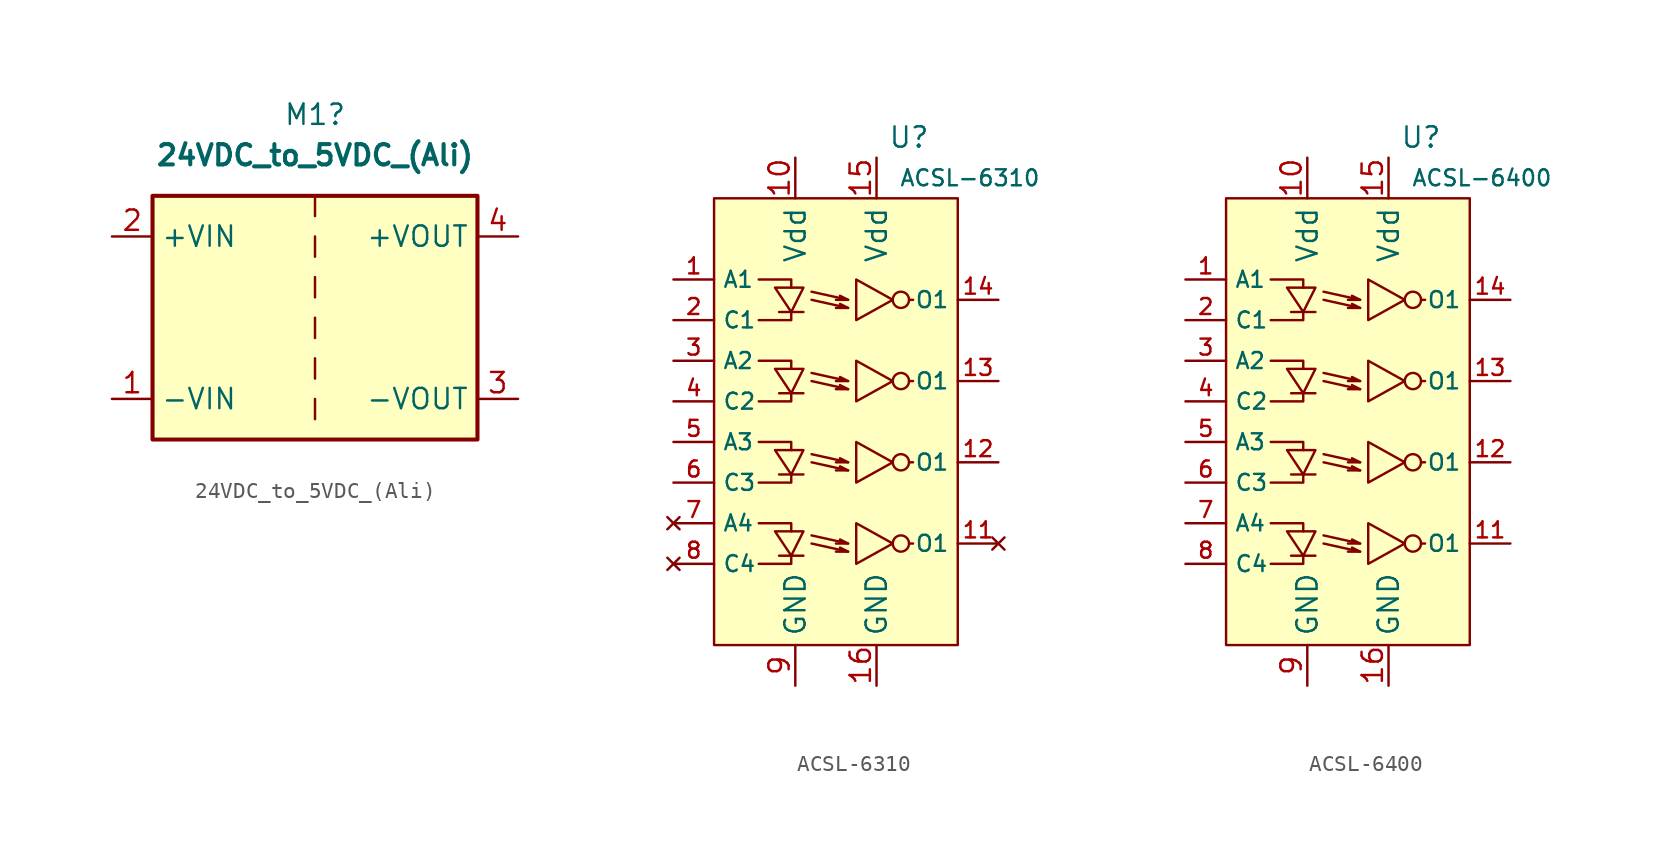
<source format=kicad_sym>
(kicad_symbol_lib
  (version 20211014)
  (generator kicad_symbol_editor)
  (symbol "24VDC_to_5VDC_(Ali)"
    (property "Reference" "M1"
      (at 0 12.7 0)
      (effects (font (size 1.27 1.27))))
    (property "Value" "24VDC_to_5VDC_(Ali)"
      (at 0 10.16 0)
      (effects (font (size 1.27 1.27) bold)))
    (symbol "24VDC_to_5VDC_(Ali)_0_1"
      (rectangle (start -10.16 7.62) (end 10.16 -7.62) (stroke (width 0.254) (type default) (color 0 0 0 0)) (fill (type background)))
      (polyline (pts (xy 0 -5.08) (xy 0 -6.35)) (stroke (width 0) (type default) (color 0 0 0 0)) (fill (type none)))
      (polyline (pts (xy 0 -2.54) (xy 0 -3.81)) (stroke (width 0) (type default) (color 0 0 0 0)) (fill (type none)))
      (polyline (pts (xy 0 0) (xy 0 -1.27)) (stroke (width 0) (type default) (color 0 0 0 0)) (fill (type none)))
      (polyline (pts (xy 0 2.54) (xy 0 1.27)) (stroke (width 0) (type default) (color 0 0 0 0)) (fill (type none)))
      (polyline (pts (xy 0 5.08) (xy 0 3.81)) (stroke (width 0) (type default) (color 0 0 0 0)) (fill (type none)))
      (polyline (pts (xy 0 7.62) (xy 0 6.35)) (stroke (width 0) (type default) (color 0 0 0 0)) (fill (type none))))
    (symbol "24VDC_to_5VDC_(Ali)_1_1"
      (pin passive line (at -12.7 -5.08 0) (length 2.54) (name "-VIN" (effects (font (size 1.27 1.27)))) (number "1" (effects (font (size 1.27 1.27)))))
      (pin passive line (at -12.7 5.08 0) (length 2.54) (name "+VIN" (effects (font (size 1.27 1.27)))) (number "2" (effects (font (size 1.27 1.27)))))
      (pin power_out line (at 12.7 -5.08 180) (length 2.54) (name "-VOUT" (effects (font (size 1.27 1.27)))) (number "3" (effects (font (size 1.27 1.27)))))
      (pin power_out line (at 12.7 5.08 180) (length 2.54) (name "+VOUT" (effects (font (size 1.27 1.27)))) (number "4" (effects (font (size 1.27 1.27)))))))
  (symbol "ACSL-6310"
    (property "Reference" "U"
      (at 4.572 17.78 0)
      (effects (font (size 1.27 1.27))))
    (property "Value" "ACSL-6310"
      (at 8.382 15.24 0)
      (effects (font (size 1 1))))
    (symbol "ACSL-6310_0_1"
      (rectangle (start -7.62 13.97) (end 7.62 -13.97) (stroke (width 0) (type default) (color 0 0 0 0)) (fill (type background)))
      (polyline (pts (xy -3.556 -8.382) (xy -2.032 -8.382)) (stroke (width 0) (type default) (color 0 0 0 0)) (fill (type none)))
      (polyline (pts (xy -3.556 -3.302) (xy -2.032 -3.302)) (stroke (width 0) (type default) (color 0 0 0 0)) (fill (type none)))
      (polyline (pts (xy -3.556 1.778) (xy -2.032 1.778)) (stroke (width 0) (type default) (color 0 0 0 0)) (fill (type none)))
      (polyline (pts (xy -3.556 6.858) (xy -2.032 6.858)) (stroke (width 0) (type default) (color 0 0 0 0)) (fill (type none)))
      (polyline (pts (xy 0.762 -8.128) (xy 0 -8.128)) (stroke (width 0) (type default) (color 0 0 0 0)) (fill (type none)))
      (polyline (pts (xy 0.762 -7.62) (xy 0 -7.62)) (stroke (width 0) (type default) (color 0 0 0 0)) (fill (type none)))
      (polyline (pts (xy 0.762 -3.048) (xy 0 -3.048)) (stroke (width 0) (type default) (color 0 0 0 0)) (fill (type none)))
      (polyline (pts (xy 0.762 -2.54) (xy 0 -2.54)) (stroke (width 0) (type default) (color 0 0 0 0)) (fill (type none)))
      (polyline (pts (xy 0.762 2.032) (xy 0 2.032)) (stroke (width 0) (type default) (color 0 0 0 0)) (fill (type none)))
      (polyline (pts (xy 0.762 2.54) (xy 0 2.54)) (stroke (width 0) (type default) (color 0 0 0 0)) (fill (type none)))
      (polyline (pts (xy 0.762 7.112) (xy 0 7.112)) (stroke (width 0) (type default) (color 0 0 0 0)) (fill (type none)))
      (polyline (pts (xy 0.762 7.62) (xy 0 7.62)) (stroke (width 0) (type default) (color 0 0 0 0)) (fill (type none)))
      (polyline (pts (xy 4.572 -7.62) (xy 4.826 -7.62)) (stroke (width 0) (type default) (color 0 0 0 0)) (fill (type none)))
      (polyline (pts (xy 4.572 -2.54) (xy 4.826 -2.54)) (stroke (width 0) (type default) (color 0 0 0 0)) (fill (type none)))
      (polyline (pts (xy 4.572 2.54) (xy 4.826 2.54)) (stroke (width 0) (type default) (color 0 0 0 0)) (fill (type none)))
      (polyline (pts (xy 4.572 7.62) (xy 4.826 7.62)) (stroke (width 0) (type default) (color 0 0 0 0)) (fill (type none)))
      (polyline (pts (xy -2.794 -8.382) (xy -2.794 -8.89) (xy -4.826 -8.89)) (stroke (width 0) (type default) (color 0 0 0 0)) (fill (type none)))
      (polyline (pts (xy -2.794 -6.858) (xy -2.794 -6.35) (xy -4.826 -6.35)) (stroke (width 0) (type default) (color 0 0 0 0)) (fill (type none)))
      (polyline (pts (xy -2.794 -3.302) (xy -2.794 -3.81) (xy -4.826 -3.81)) (stroke (width 0) (type default) (color 0 0 0 0)) (fill (type none)))
      (polyline (pts (xy -2.794 -1.778) (xy -2.794 -1.27) (xy -4.826 -1.27)) (stroke (width 0) (type default) (color 0 0 0 0)) (fill (type none)))
      (polyline (pts (xy -2.794 1.778) (xy -2.794 1.27) (xy -4.826 1.27)) (stroke (width 0) (type default) (color 0 0 0 0)) (fill (type none)))
      (polyline (pts (xy -2.794 3.302) (xy -2.794 3.81) (xy -4.826 3.81)) (stroke (width 0) (type default) (color 0 0 0 0)) (fill (type none)))
      (polyline (pts (xy -2.794 6.858) (xy -2.794 6.35) (xy -4.826 6.35)) (stroke (width 0) (type default) (color 0 0 0 0)) (fill (type none)))
      (polyline (pts (xy -2.794 8.382) (xy -2.794 8.89) (xy -4.826 8.89)) (stroke (width 0) (type default) (color 0 0 0 0)) (fill (type none)))
      (polyline (pts (xy -1.524 -7.62) (xy 0.762 -8.128) (xy 0.254 -7.874)) (stroke (width 0) (type default) (color 0 0 0 0)) (fill (type none)))
      (polyline (pts (xy -1.524 -7.112) (xy 0.762 -7.62) (xy 0.254 -7.366)) (stroke (width 0) (type default) (color 0 0 0 0)) (fill (type none)))
      (polyline (pts (xy -1.524 -2.54) (xy 0.762 -3.048) (xy 0.254 -2.794)) (stroke (width 0) (type default) (color 0 0 0 0)) (fill (type none)))
      (polyline (pts (xy -1.524 -2.032) (xy 0.762 -2.54) (xy 0.254 -2.286)) (stroke (width 0) (type default) (color 0 0 0 0)) (fill (type none)))
      (polyline (pts (xy -1.524 2.54) (xy 0.762 2.032) (xy 0.254 2.286)) (stroke (width 0) (type default) (color 0 0 0 0)) (fill (type none)))
      (polyline (pts (xy -1.524 3.048) (xy 0.762 2.54) (xy 0.254 2.794)) (stroke (width 0) (type default) (color 0 0 0 0)) (fill (type none)))
      (polyline (pts (xy -1.524 7.62) (xy 0.762 7.112) (xy 0.254 7.366)) (stroke (width 0) (type default) (color 0 0 0 0)) (fill (type none)))
      (polyline (pts (xy -1.524 8.128) (xy 0.762 7.62) (xy 0.254 7.874)) (stroke (width 0) (type default) (color 0 0 0 0)) (fill (type none)))
      (polyline (pts (xy -2.794 -8.382) (xy -3.81 -6.858) (xy -2.032 -6.858) (xy -2.794 -8.382)) (stroke (width 0) (type default) (color 0 0 0 0)) (fill (type none)))
      (polyline (pts (xy -2.794 -3.302) (xy -3.81 -1.778) (xy -2.032 -1.778) (xy -2.794 -3.302)) (stroke (width 0) (type default) (color 0 0 0 0)) (fill (type none)))
      (polyline (pts (xy -2.794 1.778) (xy -3.81 3.302) (xy -2.032 3.302) (xy -2.794 1.778)) (stroke (width 0) (type default) (color 0 0 0 0)) (fill (type none)))
      (polyline (pts (xy -2.794 6.858) (xy -3.81 8.382) (xy -2.032 8.382) (xy -2.794 6.858)) (stroke (width 0) (type default) (color 0 0 0 0)) (fill (type none)))
      (polyline (pts (xy 3.556 -7.62) (xy 1.27 -6.35) (xy 1.27 -8.89) (xy 3.556 -7.62)) (stroke (width 0) (type default) (color 0 0 0 0)) (fill (type none)))
      (polyline (pts (xy 3.556 -2.54) (xy 1.27 -1.27) (xy 1.27 -3.81) (xy 3.556 -2.54)) (stroke (width 0) (type default) (color 0 0 0 0)) (fill (type none)))
      (polyline (pts (xy 3.556 2.54) (xy 1.27 3.81) (xy 1.27 1.27) (xy 3.556 2.54)) (stroke (width 0) (type default) (color 0 0 0 0)) (fill (type none)))
      (polyline (pts (xy 3.556 7.62) (xy 1.27 8.89) (xy 1.27 6.35) (xy 3.556 7.62)) (stroke (width 0) (type default) (color 0 0 0 0)) (fill (type none)))
      (circle (center 4.064 -7.62) (radius 0.508) (stroke (width 0) (type default) (color 0 0 0 0)) (fill (type none)))
      (circle (center 4.064 -2.54) (radius 0.508) (stroke (width 0) (type default) (color 0 0 0 0)) (fill (type none)))
      (circle (center 4.064 2.54) (radius 0.508) (stroke (width 0) (type default) (color 0 0 0 0)) (fill (type none)))
      (circle (center 4.064 7.62) (radius 0.508) (stroke (width 0) (type default) (color 0 0 0 0)) (fill (type none))))
    (symbol "ACSL-6310_1_1"
      (pin input line (at -10.16 8.89 0) (length 2.54) (name "A1" (effects (font (size 1 1)))) (number "1" (effects (font (size 1 1)))))
      (pin power_in line (at -2.54 16.51 270) (length 2.54) (name "Vdd" (effects (font (size 1.27 1.27)))) (number "10" (effects (font (size 1.27 1.27)))))
      (pin no_connect line (at 10.16 -7.62 180) (length 2.54) (name "O1" (effects (font (size 1 1)))) (number "11" (effects (font (size 1 1)))))
      (pin output line (at 10.16 -2.54 180) (length 2.54) (name "O1" (effects (font (size 1 1)))) (number "12" (effects (font (size 1 1)))))
      (pin output line (at 10.16 2.54 180) (length 2.54) (name "O1" (effects (font (size 1 1)))) (number "13" (effects (font (size 1 1)))))
      (pin output line (at 10.16 7.62 180) (length 2.54) (name "O1" (effects (font (size 1 1)))) (number "14" (effects (font (size 1 1)))))
      (pin power_in line (at 2.54 16.51 270) (length 2.54) (name "Vdd" (effects (font (size 1.27 1.27)))) (number "15" (effects (font (size 1.27 1.27)))))
      (pin power_in line (at 2.54 -16.51 90) (length 2.54) (name "GND" (effects (font (size 1.27 1.27)))) (number "16" (effects (font (size 1.27 1.27)))))
      (pin input line (at -10.16 6.35 0) (length 2.54) (name "C1" (effects (font (size 1 1)))) (number "2" (effects (font (size 1 1)))))
      (pin input line (at -10.16 3.81 0) (length 2.54) (name "A2" (effects (font (size 1 1)))) (number "3" (effects (font (size 1 1)))))
      (pin input line (at -10.16 1.27 0) (length 2.54) (name "C2" (effects (font (size 1 1)))) (number "4" (effects (font (size 1 1)))))
      (pin input line (at -10.16 -1.27 0) (length 2.54) (name "A3" (effects (font (size 1 1)))) (number "5" (effects (font (size 1 1)))))
      (pin input line (at -10.16 -3.81 0) (length 2.54) (name "C3" (effects (font (size 1 1)))) (number "6" (effects (font (size 1 1)))))
      (pin no_connect line (at -10.16 -6.35 0) (length 2.54) (name "A4" (effects (font (size 1 1)))) (number "7" (effects (font (size 1 1)))))
      (pin no_connect line (at -10.16 -8.89 0) (length 2.54) (name "C4" (effects (font (size 1 1)))) (number "8" (effects (font (size 1 1)))))
      (pin power_in line (at -2.54 -16.51 90) (length 2.54) (name "GND" (effects (font (size 1.27 1.27)))) (number "9" (effects (font (size 1.27 1.27)))))))
  (symbol "ACSL-6400"
    (property "Reference" "U"
      (at 4.572 17.78 0)
      (effects (font (size 1.27 1.27))))
    (property "Value" "ACSL-6400"
      (at 8.382 15.24 0)
      (effects (font (size 1 1))))
    (symbol "ACSL-6400_0_1"
      (rectangle (start -7.62 13.97) (end 7.62 -13.97) (stroke (width 0) (type default) (color 0 0 0 0)) (fill (type background)))
      (polyline (pts (xy -3.556 -8.382) (xy -2.032 -8.382)) (stroke (width 0) (type default) (color 0 0 0 0)) (fill (type none)))
      (polyline (pts (xy -3.556 -3.302) (xy -2.032 -3.302)) (stroke (width 0) (type default) (color 0 0 0 0)) (fill (type none)))
      (polyline (pts (xy -3.556 1.778) (xy -2.032 1.778)) (stroke (width 0) (type default) (color 0 0 0 0)) (fill (type none)))
      (polyline (pts (xy -3.556 6.858) (xy -2.032 6.858)) (stroke (width 0) (type default) (color 0 0 0 0)) (fill (type none)))
      (polyline (pts (xy 0.762 -8.128) (xy 0 -8.128)) (stroke (width 0) (type default) (color 0 0 0 0)) (fill (type none)))
      (polyline (pts (xy 0.762 -7.62) (xy 0 -7.62)) (stroke (width 0) (type default) (color 0 0 0 0)) (fill (type none)))
      (polyline (pts (xy 0.762 -3.048) (xy 0 -3.048)) (stroke (width 0) (type default) (color 0 0 0 0)) (fill (type none)))
      (polyline (pts (xy 0.762 -2.54) (xy 0 -2.54)) (stroke (width 0) (type default) (color 0 0 0 0)) (fill (type none)))
      (polyline (pts (xy 0.762 2.032) (xy 0 2.032)) (stroke (width 0) (type default) (color 0 0 0 0)) (fill (type none)))
      (polyline (pts (xy 0.762 2.54) (xy 0 2.54)) (stroke (width 0) (type default) (color 0 0 0 0)) (fill (type none)))
      (polyline (pts (xy 0.762 7.112) (xy 0 7.112)) (stroke (width 0) (type default) (color 0 0 0 0)) (fill (type none)))
      (polyline (pts (xy 0.762 7.62) (xy 0 7.62)) (stroke (width 0) (type default) (color 0 0 0 0)) (fill (type none)))
      (polyline (pts (xy 4.572 -7.62) (xy 4.826 -7.62)) (stroke (width 0) (type default) (color 0 0 0 0)) (fill (type none)))
      (polyline (pts (xy 4.572 -2.54) (xy 4.826 -2.54)) (stroke (width 0) (type default) (color 0 0 0 0)) (fill (type none)))
      (polyline (pts (xy 4.572 2.54) (xy 4.826 2.54)) (stroke (width 0) (type default) (color 0 0 0 0)) (fill (type none)))
      (polyline (pts (xy 4.572 7.62) (xy 4.826 7.62)) (stroke (width 0) (type default) (color 0 0 0 0)) (fill (type none)))
      (polyline (pts (xy -2.794 -8.382) (xy -2.794 -8.89) (xy -4.826 -8.89)) (stroke (width 0) (type default) (color 0 0 0 0)) (fill (type none)))
      (polyline (pts (xy -2.794 -6.858) (xy -2.794 -6.35) (xy -4.826 -6.35)) (stroke (width 0) (type default) (color 0 0 0 0)) (fill (type none)))
      (polyline (pts (xy -2.794 -3.302) (xy -2.794 -3.81) (xy -4.826 -3.81)) (stroke (width 0) (type default) (color 0 0 0 0)) (fill (type none)))
      (polyline (pts (xy -2.794 -1.778) (xy -2.794 -1.27) (xy -4.826 -1.27)) (stroke (width 0) (type default) (color 0 0 0 0)) (fill (type none)))
      (polyline (pts (xy -2.794 1.778) (xy -2.794 1.27) (xy -4.826 1.27)) (stroke (width 0) (type default) (color 0 0 0 0)) (fill (type none)))
      (polyline (pts (xy -2.794 3.302) (xy -2.794 3.81) (xy -4.826 3.81)) (stroke (width 0) (type default) (color 0 0 0 0)) (fill (type none)))
      (polyline (pts (xy -2.794 6.858) (xy -2.794 6.35) (xy -4.826 6.35)) (stroke (width 0) (type default) (color 0 0 0 0)) (fill (type none)))
      (polyline (pts (xy -2.794 8.382) (xy -2.794 8.89) (xy -4.826 8.89)) (stroke (width 0) (type default) (color 0 0 0 0)) (fill (type none)))
      (polyline (pts (xy -1.524 -7.62) (xy 0.762 -8.128) (xy 0.254 -7.874)) (stroke (width 0) (type default) (color 0 0 0 0)) (fill (type none)))
      (polyline (pts (xy -1.524 -7.112) (xy 0.762 -7.62) (xy 0.254 -7.366)) (stroke (width 0) (type default) (color 0 0 0 0)) (fill (type none)))
      (polyline (pts (xy -1.524 -2.54) (xy 0.762 -3.048) (xy 0.254 -2.794)) (stroke (width 0) (type default) (color 0 0 0 0)) (fill (type none)))
      (polyline (pts (xy -1.524 -2.032) (xy 0.762 -2.54) (xy 0.254 -2.286)) (stroke (width 0) (type default) (color 0 0 0 0)) (fill (type none)))
      (polyline (pts (xy -1.524 2.54) (xy 0.762 2.032) (xy 0.254 2.286)) (stroke (width 0) (type default) (color 0 0 0 0)) (fill (type none)))
      (polyline (pts (xy -1.524 3.048) (xy 0.762 2.54) (xy 0.254 2.794)) (stroke (width 0) (type default) (color 0 0 0 0)) (fill (type none)))
      (polyline (pts (xy -1.524 7.62) (xy 0.762 7.112) (xy 0.254 7.366)) (stroke (width 0) (type default) (color 0 0 0 0)) (fill (type none)))
      (polyline (pts (xy -1.524 8.128) (xy 0.762 7.62) (xy 0.254 7.874)) (stroke (width 0) (type default) (color 0 0 0 0)) (fill (type none)))
      (polyline (pts (xy -2.794 -8.382) (xy -3.81 -6.858) (xy -2.032 -6.858) (xy -2.794 -8.382)) (stroke (width 0) (type default) (color 0 0 0 0)) (fill (type none)))
      (polyline (pts (xy -2.794 -3.302) (xy -3.81 -1.778) (xy -2.032 -1.778) (xy -2.794 -3.302)) (stroke (width 0) (type default) (color 0 0 0 0)) (fill (type none)))
      (polyline (pts (xy -2.794 1.778) (xy -3.81 3.302) (xy -2.032 3.302) (xy -2.794 1.778)) (stroke (width 0) (type default) (color 0 0 0 0)) (fill (type none)))
      (polyline (pts (xy -2.794 6.858) (xy -3.81 8.382) (xy -2.032 8.382) (xy -2.794 6.858)) (stroke (width 0) (type default) (color 0 0 0 0)) (fill (type none)))
      (polyline (pts (xy 3.556 -7.62) (xy 1.27 -6.35) (xy 1.27 -8.89) (xy 3.556 -7.62)) (stroke (width 0) (type default) (color 0 0 0 0)) (fill (type none)))
      (polyline (pts (xy 3.556 -2.54) (xy 1.27 -1.27) (xy 1.27 -3.81) (xy 3.556 -2.54)) (stroke (width 0) (type default) (color 0 0 0 0)) (fill (type none)))
      (polyline (pts (xy 3.556 2.54) (xy 1.27 3.81) (xy 1.27 1.27) (xy 3.556 2.54)) (stroke (width 0) (type default) (color 0 0 0 0)) (fill (type none)))
      (polyline (pts (xy 3.556 7.62) (xy 1.27 8.89) (xy 1.27 6.35) (xy 3.556 7.62)) (stroke (width 0) (type default) (color 0 0 0 0)) (fill (type none)))
      (circle (center 4.064 -7.62) (radius 0.508) (stroke (width 0) (type default) (color 0 0 0 0)) (fill (type none)))
      (circle (center 4.064 -2.54) (radius 0.508) (stroke (width 0) (type default) (color 0 0 0 0)) (fill (type none)))
      (circle (center 4.064 2.54) (radius 0.508) (stroke (width 0) (type default) (color 0 0 0 0)) (fill (type none)))
      (circle (center 4.064 7.62) (radius 0.508) (stroke (width 0) (type default) (color 0 0 0 0)) (fill (type none))))
    (symbol "ACSL-6400_1_1"
      (pin input line (at -10.16 8.89 0) (length 2.54) (name "A1" (effects (font (size 1 1)))) (number "1" (effects (font (size 1 1)))))
      (pin power_in line (at -2.54 16.51 270) (length 2.54) (name "Vdd" (effects (font (size 1.27 1.27)))) (number "10" (effects (font (size 1.27 1.27)))))
      (pin output line (at 10.16 -7.62 180) (length 2.54) (name "O1" (effects (font (size 1 1)))) (number "11" (effects (font (size 1 1)))))
      (pin output line (at 10.16 -2.54 180) (length 2.54) (name "O1" (effects (font (size 1 1)))) (number "12" (effects (font (size 1 1)))))
      (pin output line (at 10.16 2.54 180) (length 2.54) (name "O1" (effects (font (size 1 1)))) (number "13" (effects (font (size 1 1)))))
      (pin output line (at 10.16 7.62 180) (length 2.54) (name "O1" (effects (font (size 1 1)))) (number "14" (effects (font (size 1 1)))))
      (pin power_in line (at 2.54 16.51 270) (length 2.54) (name "Vdd" (effects (font (size 1.27 1.27)))) (number "15" (effects (font (size 1.27 1.27)))))
      (pin power_in line (at 2.54 -16.51 90) (length 2.54) (name "GND" (effects (font (size 1.27 1.27)))) (number "16" (effects (font (size 1.27 1.27)))))
      (pin input line (at -10.16 6.35 0) (length 2.54) (name "C1" (effects (font (size 1 1)))) (number "2" (effects (font (size 1 1)))))
      (pin input line (at -10.16 3.81 0) (length 2.54) (name "A2" (effects (font (size 1 1)))) (number "3" (effects (font (size 1 1)))))
      (pin input line (at -10.16 1.27 0) (length 2.54) (name "C2" (effects (font (size 1 1)))) (number "4" (effects (font (size 1 1)))))
      (pin input line (at -10.16 -1.27 0) (length 2.54) (name "A3" (effects (font (size 1 1)))) (number "5" (effects (font (size 1 1)))))
      (pin input line (at -10.16 -3.81 0) (length 2.54) (name "C3" (effects (font (size 1 1)))) (number "6" (effects (font (size 1 1)))))
      (pin input line (at -10.16 -6.35 0) (length 2.54) (name "A4" (effects (font (size 1 1)))) (number "7" (effects (font (size 1 1)))))
      (pin input line (at -10.16 -8.89 0) (length 2.54) (name "C4" (effects (font (size 1 1)))) (number "8" (effects (font (size 1 1)))))
      (pin power_in line (at -2.54 -16.51 90) (length 2.54) (name "GND" (effects (font (size 1.27 1.27)))) (number "9" (effects (font (size 1.27 1.27))))))))
</source>
